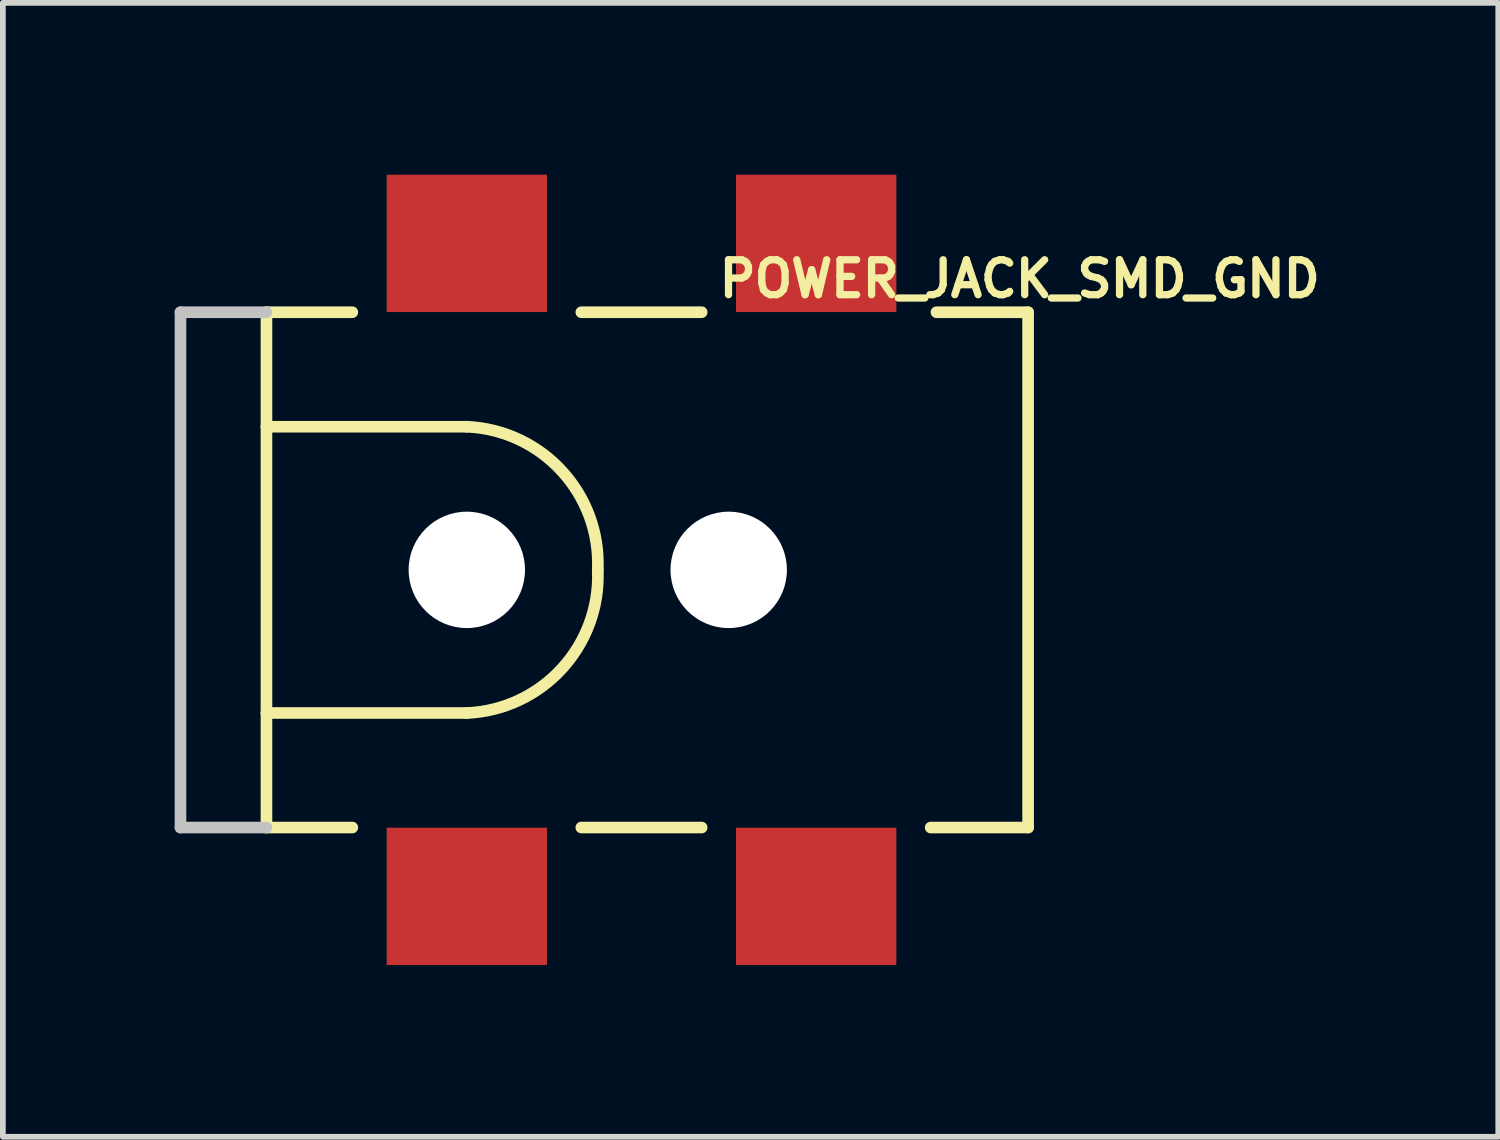
<source format=kicad_pcb>
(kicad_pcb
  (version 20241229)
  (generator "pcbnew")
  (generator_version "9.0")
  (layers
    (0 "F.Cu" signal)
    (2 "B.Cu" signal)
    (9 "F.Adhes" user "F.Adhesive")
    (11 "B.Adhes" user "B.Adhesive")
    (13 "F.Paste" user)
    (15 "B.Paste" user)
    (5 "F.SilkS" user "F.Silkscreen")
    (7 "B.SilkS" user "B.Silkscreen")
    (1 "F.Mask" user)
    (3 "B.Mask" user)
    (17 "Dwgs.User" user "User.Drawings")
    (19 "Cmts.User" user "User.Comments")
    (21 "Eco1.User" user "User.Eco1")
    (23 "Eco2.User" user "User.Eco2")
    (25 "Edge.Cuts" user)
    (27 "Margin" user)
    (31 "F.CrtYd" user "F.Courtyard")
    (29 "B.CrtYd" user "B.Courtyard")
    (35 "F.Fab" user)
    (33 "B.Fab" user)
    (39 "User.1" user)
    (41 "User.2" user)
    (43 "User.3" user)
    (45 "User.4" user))
  (footprint "POWER_JACK_SMD_GND"
    (layer "F.Cu")
    (at 5.1 6.899)
    (property "Reference" "POWER_JACK_SMD_GND" (at 9.652 -5.08 0) (layer "F.SilkS") (effects (font (size 0.61 0.61) (thickness 0.127))))
    (attr smd)
    (fp_line (start -3.498 -4.498) (end -3.498 -2.499) (stroke (width 0.203) (type solid)) (layer "F.SilkS"))
    (fp_line (start -3.498 -4.498) (end -1.999 -4.498) (stroke (width 0.203) (type solid)) (layer "F.SilkS"))
    (fp_line (start -3.498 -2.499) (end -3.498 2.499) (stroke (width 0.203) (type solid)) (layer "F.SilkS"))
    (fp_line (start -3.498 -2.499) (end 0 -2.499) (stroke (width 0.203) (type solid)) (layer "F.SilkS"))
    (fp_line (start -3.498 2.499) (end -3.498 4.498) (stroke (width 0.203) (type solid)) (layer "F.SilkS"))
    (fp_line (start -1.999 4.498) (end -3.498 4.498) (stroke (width 0.203) (type solid)) (layer "F.SilkS"))
    (fp_line (start 0 2.499) (end -3.498 2.499) (stroke (width 0.203) (type solid)) (layer "F.SilkS"))
    (fp_line (start 1.999 -4.498) (end 4.1 -4.498) (stroke (width 0.203) (type solid)) (layer "F.SilkS"))
    (fp_line (start 4.1 4.498) (end 1.999 4.498) (stroke (width 0.203) (type solid)) (layer "F.SilkS"))
    (fp_line (start 8.199 -4.498) (end 9.799 -4.498) (stroke (width 0.203) (type solid)) (layer "F.SilkS"))
    (fp_line (start 9.799 -4.498) (end 9.799 4.498) (stroke (width 0.203) (type solid)) (layer "F.SilkS"))
    (fp_line (start 9.799 4.498) (end 8.098 4.498) (stroke (width 0.203) (type solid)) (layer "F.SilkS"))
    (fp_arc (start 0 -2.49936) (mid 1.660634 -1.723126) (end 2.286 0) (stroke (width 0.2032) (type solid)) (layer "F.SilkS"))
    (fp_arc (start 2.286 0) (mid 1.660634 1.723126) (end 0 2.49936) (stroke (width 0.2032) (type solid)) (layer "F.SilkS"))
    (fp_line (start -4.999 -4.498) (end -4.999 4.498) (stroke (width 0.203) (type solid)) (layer "Dwgs.User"))
    (fp_line (start -4.999 -4.498) (end -3.498 -4.498) (stroke (width 0.203) (type solid)) (layer "Dwgs.User"))
    (fp_line (start -3.498 4.498) (end -4.999 4.498) (stroke (width 0.203) (type solid)) (layer "Dwgs.User"))
    (pad "" np_thru_hole circle (at 0 0) (size 2.032 2.032) (drill 2.032) (layers "*.Cu" "*.Mask"))
    (pad "" np_thru_hole circle (at 4.572 0) (size 2.032 2.032) (drill 2.032) (layers "*.Cu" "*.Mask"))
    (pad "GND" smd rect (at 0 5.7) (size 2.799 2.398) (layers "F.Cu" "F.Mask" "F.Paste"))
    (pad "GND" smd rect (at 6.099 5.7) (size 2.799 2.398) (layers "F.Cu" "F.Mask" "F.Paste"))
    (pad "VIN0" smd rect (at 0 -5.7) (size 2.799 2.398) (layers "F.Cu" "F.Mask" "F.Paste"))
    (pad "VIN1" smd rect (at 6.099 -5.7) (size 2.799 2.398) (layers "F.Cu" "F.Mask" "F.Paste")))
  (gr_rect
    (start -3 -3)
    (end 23.107 16.797)
    (stroke (width 0.1) (type default))
    (fill no)
    (layer "Edge.Cuts")))
</source>
